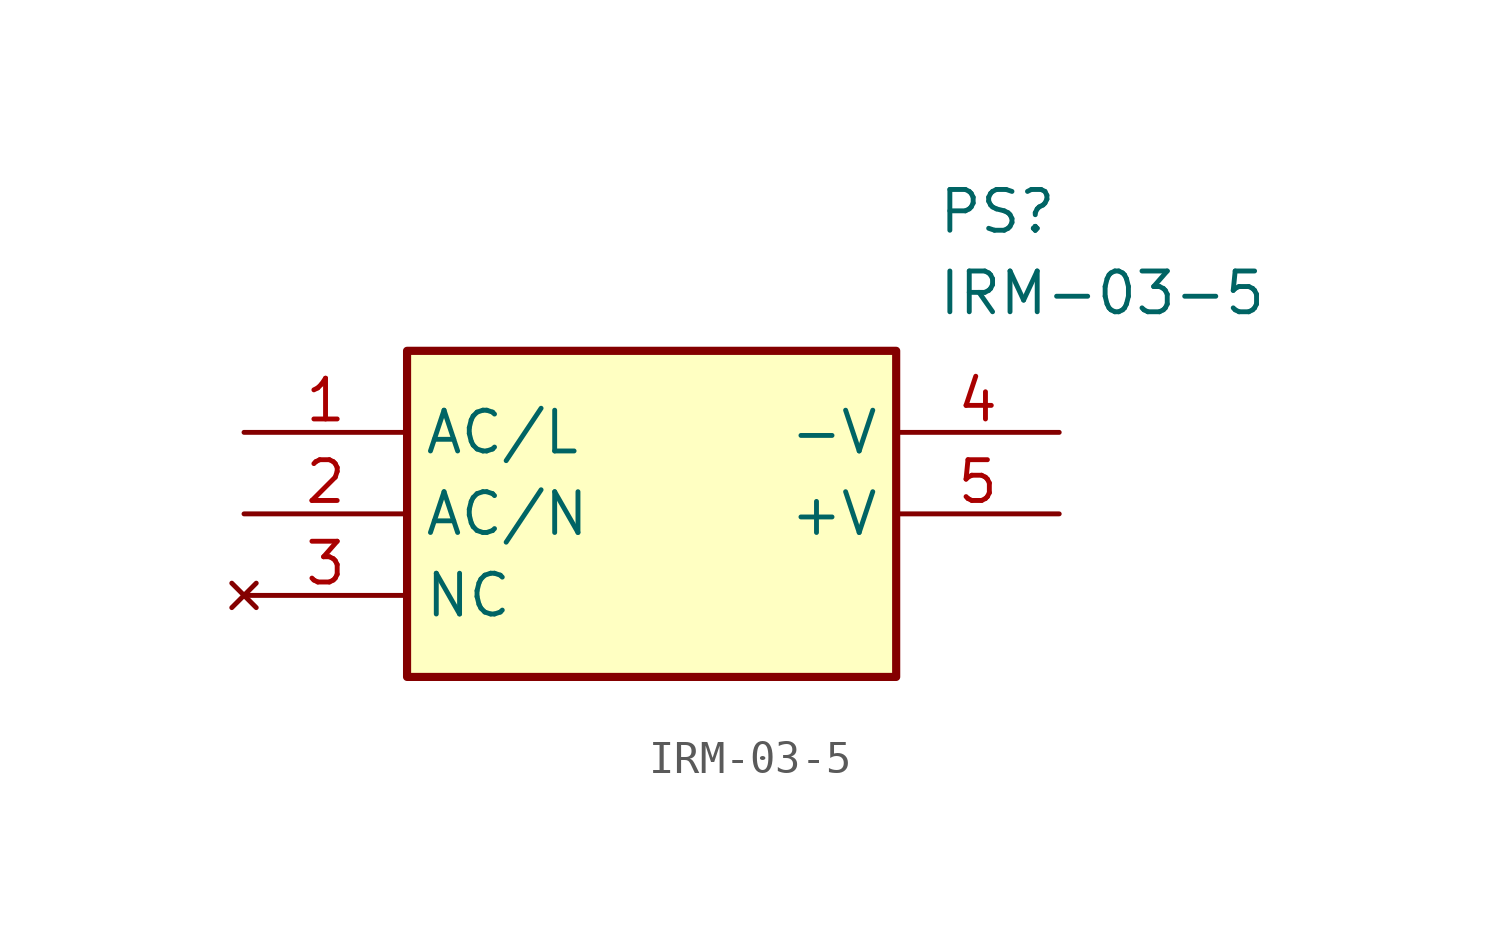
<source format=kicad_sym>
(kicad_symbol_lib
  (version 20241209)
  (generator "kicad_symbol_editor")
  (generator_version "9.0")
  (symbol "IRM-03-5"
    (property "Reference" "PS"
      (at 21.59 7.62 0)
      (effects (font (size 1.27 1.27)) (justify left top)))
    (property "Value" "IRM-03-5"
      (at 21.59 5.08 0)
      (effects (font (size 1.27 1.27)) (justify left top)))
    (symbol "IRM-03-5_1_1"
      (rectangle (start 5.08 2.54) (end 20.32 -7.62) (stroke (width 0.254) (type default)) (fill (type background)))
      (pin passive line (at 0 0 0) (length 5.08) (name "AC/L" (effects (font (size 1.27 1.27)))) (number "1" (effects (font (size 1.27 1.27)))))
      (pin passive line (at 0 -2.54 0) (length 5.08) (name "AC/N" (effects (font (size 1.27 1.27)))) (number "2" (effects (font (size 1.27 1.27)))))
      (pin no_connect line (at 0 -5.08 0) (length 5.08) (name "NC" (effects (font (size 1.27 1.27)))) (number "3" (effects (font (size 1.27 1.27)))))
      (pin passive line (at 25.4 0 180) (length 5.08) (name "-V" (effects (font (size 1.27 1.27)))) (number "4" (effects (font (size 1.27 1.27)))))
      (pin passive line (at 25.4 -2.54 180) (length 5.08) (name "+V" (effects (font (size 1.27 1.27)))) (number "5" (effects (font (size 1.27 1.27))))))))
</source>
